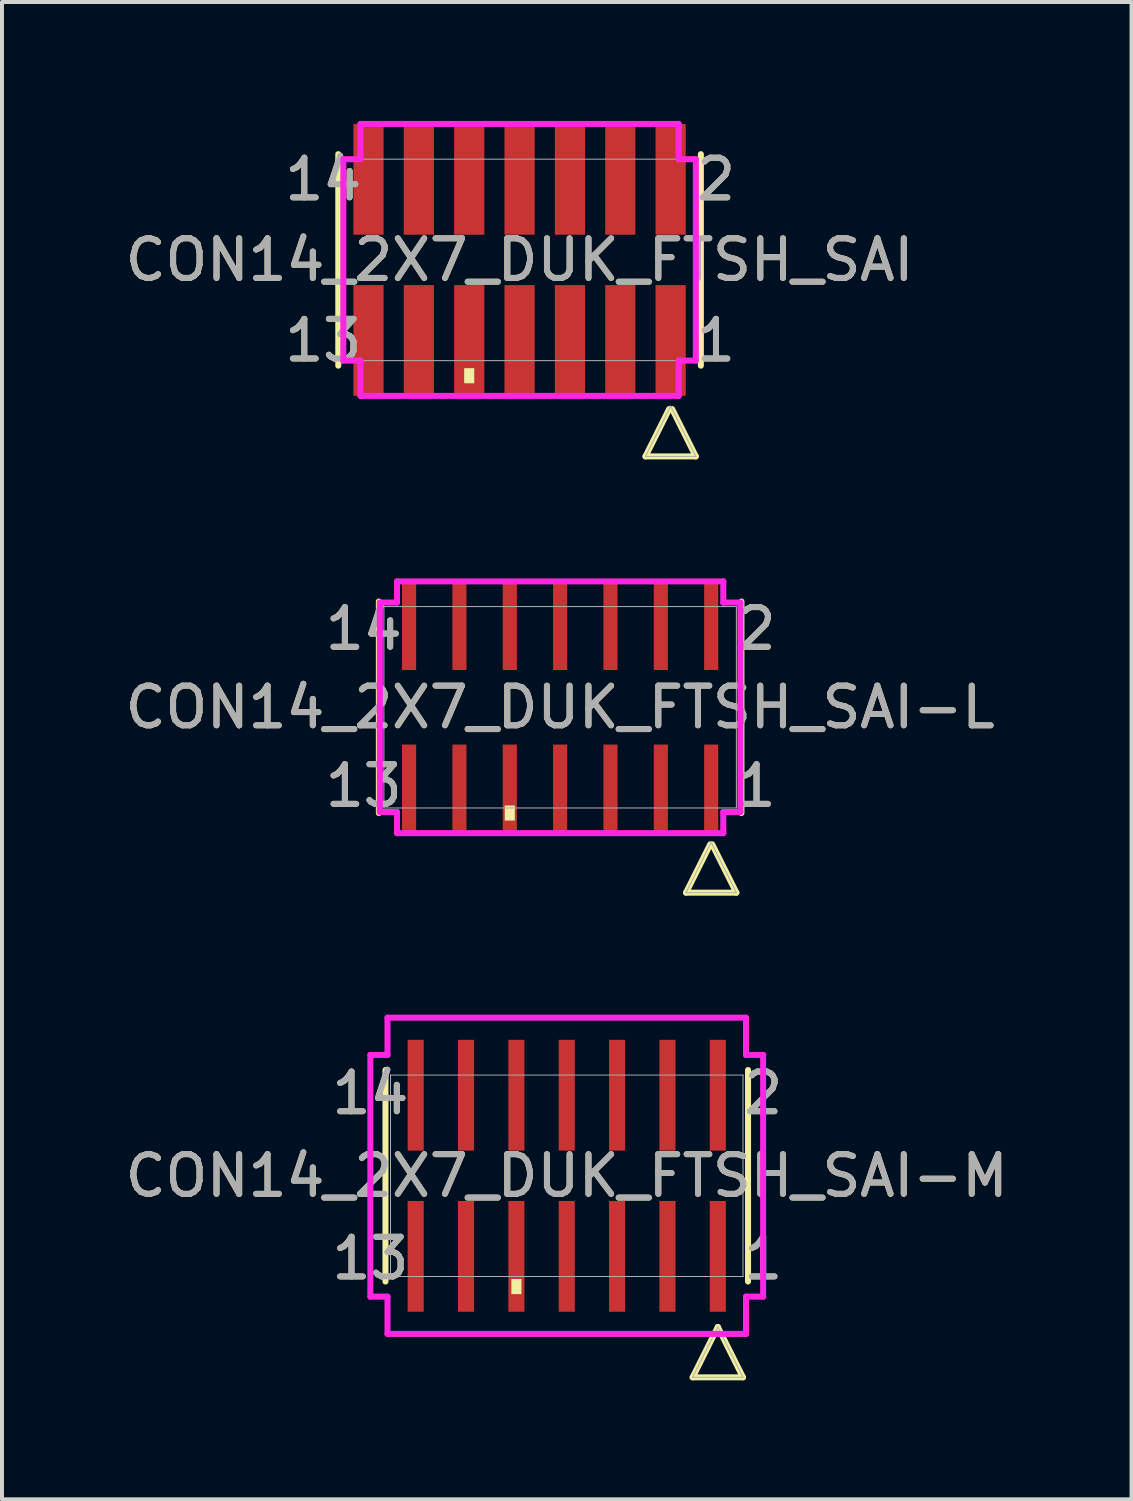
<source format=kicad_pcb>
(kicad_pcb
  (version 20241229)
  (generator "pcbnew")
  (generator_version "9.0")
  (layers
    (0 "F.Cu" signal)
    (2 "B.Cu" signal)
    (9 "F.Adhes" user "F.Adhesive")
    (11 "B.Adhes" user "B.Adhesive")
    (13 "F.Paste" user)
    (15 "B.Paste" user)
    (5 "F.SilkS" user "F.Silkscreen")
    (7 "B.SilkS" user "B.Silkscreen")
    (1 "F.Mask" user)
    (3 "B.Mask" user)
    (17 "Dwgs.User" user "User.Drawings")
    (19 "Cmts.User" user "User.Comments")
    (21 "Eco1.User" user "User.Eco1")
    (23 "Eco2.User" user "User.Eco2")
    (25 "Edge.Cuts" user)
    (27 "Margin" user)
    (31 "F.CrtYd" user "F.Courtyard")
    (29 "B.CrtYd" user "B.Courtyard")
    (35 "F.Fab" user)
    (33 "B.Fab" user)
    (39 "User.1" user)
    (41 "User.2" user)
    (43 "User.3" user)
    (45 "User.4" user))
  (footprint "CON14_2X7_DUK_FTSH_SAI"
    (layer "F.Cu")
    (at 10.054 3.505)
    (property "Reference" "CON14_2X7_DUK_FTSH_SAI" (at 0 0 0) (unlocked yes) (layer "F.SilkS") (effects (font (size 1 1) (thickness 0.15))))
    (attr smd)
    (fp_line (start -4.572 -2.667) (end -4.572 2.667) (stroke (width 0.152) (type solid)) (layer "F.SilkS"))
    (fp_line (start 3.175 4.956) (end 4.445 4.956) (stroke (width 0.152) (type solid)) (layer "F.SilkS"))
    (fp_line (start 3.772 3.762) (end 3.175 4.956) (stroke (width 0.152) (type solid)) (layer "F.SilkS"))
    (fp_line (start 4.445 4.956) (end 3.848 3.762) (stroke (width 0.152) (type solid)) (layer "F.SilkS"))
    (fp_line (start 4.572 2.667) (end 4.572 -2.667) (stroke (width 0.152) (type solid)) (layer "F.SilkS"))
    (fp_poly (pts (xy -1.397 2.731) (xy -1.397 3.111) (xy -1.143 3.111) (xy -1.143 2.731)) (stroke (width 0) (type solid)) (fill yes) (layer "F.SilkS"))
    (fp_line (start -4.445 -2.54) (end -4.013 -2.54) (stroke (width 0.152) (type solid)) (layer "F.CrtYd"))
    (fp_line (start -4.445 2.54) (end -4.445 -2.54) (stroke (width 0.152) (type solid)) (layer "F.CrtYd"))
    (fp_line (start -4.013 -2.54) (end -4.013 -3.429) (stroke (width 0.152) (type solid)) (layer "F.CrtYd"))
    (fp_line (start -4.013 2.54) (end -4.445 2.54) (stroke (width 0.152) (type solid)) (layer "F.CrtYd"))
    (fp_line (start -4.013 3.429) (end -4.013 2.54) (stroke (width 0.152) (type solid)) (layer "F.CrtYd"))
    (fp_line (start -4.013 3.429) (end 4.013 3.429) (stroke (width 0.152) (type solid)) (layer "F.CrtYd"))
    (fp_line (start 4.013 -3.429) (end -4.013 -3.429) (stroke (width 0.152) (type solid)) (layer "F.CrtYd"))
    (fp_line (start 4.013 -3.429) (end 4.013 -2.54) (stroke (width 0.152) (type solid)) (layer "F.CrtYd"))
    (fp_line (start 4.013 -2.54) (end 4.445 -2.54) (stroke (width 0.152) (type solid)) (layer "F.CrtYd"))
    (fp_line (start 4.013 2.54) (end 4.013 3.429) (stroke (width 0.152) (type solid)) (layer "F.CrtYd"))
    (fp_line (start 4.445 -2.54) (end 4.445 2.54) (stroke (width 0.152) (type solid)) (layer "F.CrtYd"))
    (fp_line (start 4.445 2.54) (end 4.013 2.54) (stroke (width 0.152) (type solid)) (layer "F.CrtYd"))
    (fp_line (start -4.445 -2.54) (end -4.445 2.54) (stroke (width 0.025) (type solid)) (layer "F.Fab"))
    (fp_line (start -4.445 2.54) (end 4.445 2.54) (stroke (width 0.025) (type solid)) (layer "F.Fab"))
    (fp_line (start 3.175 4.956) (end 4.445 4.956) (stroke (width 0.025) (type solid)) (layer "F.Fab"))
    (fp_line (start 3.81 3.686) (end 3.175 4.956) (stroke (width 0.025) (type solid)) (layer "F.Fab"))
    (fp_line (start 4.445 -2.54) (end -4.445 -2.54) (stroke (width 0.025) (type solid)) (layer "F.Fab"))
    (fp_line (start 4.445 2.54) (end 4.445 -2.54) (stroke (width 0.025) (type solid)) (layer "F.Fab"))
    (fp_line (start 4.445 4.956) (end 3.81 3.686) (stroke (width 0.025) (type solid)) (layer "F.Fab"))
    (fp_text user "14" (at -4.953 -2.032 0) (unlocked yes) (layer "F.SilkS") (effects (font (size 1 1) (thickness 0.15))))
    (fp_text user "1" (at 4.953 2.032 0) (unlocked yes) (layer "F.SilkS") (effects (font (size 1 1) (thickness 0.15))))
    (fp_text user "13" (at -4.953 2.032 0) (unlocked yes) (layer "F.SilkS") (effects (font (size 1 1) (thickness 0.15))))
    (fp_text user "2" (at 4.953 -2.032 0) (unlocked yes) (layer "F.SilkS") (effects (font (size 1 1) (thickness 0.15))))
    (fp_text user "${REFERENCE}" (at 0 0 0) (unlocked yes) (layer "F.Fab") (effects (font (size 1 1) (thickness 0.15))))
    (fp_text user "13" (at -4.953 2.032 0) (unlocked yes) (layer "F.Fab") (effects (font (size 1 1) (thickness 0.15))))
    (fp_text user "14" (at -4.953 -2.032 0) (unlocked yes) (layer "F.Fab") (effects (font (size 1 1) (thickness 0.15))))
    (fp_text user "2" (at 4.953 -2.032 0) (unlocked yes) (layer "F.Fab") (effects (font (size 1 1) (thickness 0.15))))
    (fp_text user "1" (at 4.953 2.032 0) (unlocked yes) (layer "F.Fab") (effects (font (size 1 1) (thickness 0.15))))
    (pad "1" smd rect (at 3.81 2.032) (size 0.762 2.794) (layers "F.Cu" "F.Mask" "F.Paste"))
    (pad "2" smd rect (at 3.81 -2.032) (size 0.762 2.794) (layers "F.Cu" "F.Mask" "F.Paste"))
    (pad "3" smd rect (at 2.54 2.032) (size 0.762 2.794) (layers "F.Cu" "F.Mask" "F.Paste"))
    (pad "4" smd rect (at 2.54 -2.032) (size 0.762 2.794) (layers "F.Cu" "F.Mask" "F.Paste"))
    (pad "5" smd rect (at 1.27 2.032) (size 0.762 2.794) (layers "F.Cu" "F.Mask" "F.Paste"))
    (pad "6" smd rect (at 1.27 -2.032) (size 0.762 2.794) (layers "F.Cu" "F.Mask" "F.Paste"))
    (pad "7" smd rect (at 0 2.032) (size 0.762 2.794) (layers "F.Cu" "F.Mask" "F.Paste"))
    (pad "8" smd rect (at 0 -2.032) (size 0.762 2.794) (layers "F.Cu" "F.Mask" "F.Paste"))
    (pad "9" smd rect (at -1.27 2.032) (size 0.762 2.794) (layers "F.Cu" "F.Mask" "F.Paste"))
    (pad "10" smd rect (at -1.27 -2.032) (size 0.762 2.794) (layers "F.Cu" "F.Mask" "F.Paste"))
    (pad "11" smd rect (at -2.54 2.032) (size 0.762 2.794) (layers "F.Cu" "F.Mask" "F.Paste"))
    (pad "12" smd rect (at -2.54 -2.032) (size 0.762 2.794) (layers "F.Cu" "F.Mask" "F.Paste"))
    (pad "13" smd rect (at -3.81 2.032) (size 0.762 2.794) (layers "F.Cu" "F.Mask" "F.Paste"))
    (pad "14" smd rect (at -3.81 -2.032) (size 0.762 2.794) (layers "F.Cu" "F.Mask" "F.Paste")))
  (footprint "CON14_2X7_DUK_FTSH_SAI-L"
    (layer "F.Cu")
    (at 11.077 14.788)
    (property "Reference" "CON14_2X7_DUK_FTSH_SAI-L" (at 0 0 0) (unlocked yes) (layer "F.SilkS") (effects (font (size 1 1) (thickness 0.15))))
    (attr smd)
    (fp_line (start -4.572 -2.667) (end -4.572 2.667) (stroke (width 0.152) (type solid)) (layer "F.SilkS"))
    (fp_line (start 3.175 4.676) (end 4.445 4.676) (stroke (width 0.152) (type solid)) (layer "F.SilkS"))
    (fp_line (start 3.785 3.457) (end 3.175 4.676) (stroke (width 0.152) (type solid)) (layer "F.SilkS"))
    (fp_line (start 4.445 4.676) (end 3.835 3.457) (stroke (width 0.152) (type solid)) (layer "F.SilkS"))
    (fp_line (start 4.572 2.667) (end 4.572 -2.667) (stroke (width 0.152) (type solid)) (layer "F.SilkS"))
    (fp_poly (pts (xy -1.397 2.477) (xy -1.397 2.857) (xy -1.143 2.857) (xy -1.143 2.477)) (stroke (width 0) (type solid)) (fill yes) (layer "F.SilkS"))
    (fp_line (start -4.547 -2.642) (end -4.115 -2.642) (stroke (width 0.152) (type solid)) (layer "F.CrtYd"))
    (fp_line (start -4.547 2.642) (end -4.547 -2.642) (stroke (width 0.152) (type solid)) (layer "F.CrtYd"))
    (fp_line (start -4.115 -2.642) (end -4.115 -3.175) (stroke (width 0.152) (type solid)) (layer "F.CrtYd"))
    (fp_line (start -4.115 2.642) (end -4.547 2.642) (stroke (width 0.152) (type solid)) (layer "F.CrtYd"))
    (fp_line (start -4.115 3.175) (end -4.115 2.642) (stroke (width 0.152) (type solid)) (layer "F.CrtYd"))
    (fp_line (start -4.115 3.175) (end 4.115 3.175) (stroke (width 0.152) (type solid)) (layer "F.CrtYd"))
    (fp_line (start 4.115 -3.175) (end -4.115 -3.175) (stroke (width 0.152) (type solid)) (layer "F.CrtYd"))
    (fp_line (start 4.115 -3.175) (end 4.115 -2.642) (stroke (width 0.152) (type solid)) (layer "F.CrtYd"))
    (fp_line (start 4.115 -2.642) (end 4.547 -2.642) (stroke (width 0.152) (type solid)) (layer "F.CrtYd"))
    (fp_line (start 4.115 2.642) (end 4.115 3.175) (stroke (width 0.152) (type solid)) (layer "F.CrtYd"))
    (fp_line (start 4.547 -2.642) (end 4.547 2.642) (stroke (width 0.152) (type solid)) (layer "F.CrtYd"))
    (fp_line (start 4.547 2.642) (end 4.115 2.642) (stroke (width 0.152) (type solid)) (layer "F.CrtYd"))
    (fp_line (start -4.445 -2.54) (end -4.445 2.54) (stroke (width 0.025) (type solid)) (layer "F.Fab"))
    (fp_line (start -4.445 2.54) (end 4.445 2.54) (stroke (width 0.025) (type solid)) (layer "F.Fab"))
    (fp_line (start 3.175 4.676) (end 4.445 4.676) (stroke (width 0.025) (type solid)) (layer "F.Fab"))
    (fp_line (start 3.81 3.406) (end 3.175 4.676) (stroke (width 0.025) (type solid)) (layer "F.Fab"))
    (fp_line (start 4.445 -2.54) (end -4.445 -2.54) (stroke (width 0.025) (type solid)) (layer "F.Fab"))
    (fp_line (start 4.445 2.54) (end 4.445 -2.54) (stroke (width 0.025) (type solid)) (layer "F.Fab"))
    (fp_line (start 4.445 4.676) (end 3.81 3.406) (stroke (width 0.025) (type solid)) (layer "F.Fab"))
    (fp_text user "2" (at 4.953 -1.981 0) (unlocked yes) (layer "F.SilkS") (effects (font (size 1 1) (thickness 0.15))))
    (fp_text user "13" (at -4.953 1.981 0) (unlocked yes) (layer "F.SilkS") (effects (font (size 1 1) (thickness 0.15))))
    (fp_text user "1" (at 4.953 1.981 0) (unlocked yes) (layer "F.SilkS") (effects (font (size 1 1) (thickness 0.15))))
    (fp_text user "14" (at -4.953 -1.981 0) (unlocked yes) (layer "F.SilkS") (effects (font (size 1 1) (thickness 0.15))))
    (fp_text user "13" (at -4.953 1.981 0) (unlocked yes) (layer "F.Fab") (effects (font (size 1 1) (thickness 0.15))))
    (fp_text user "${REFERENCE}" (at 0 0 0) (unlocked yes) (layer "F.Fab") (effects (font (size 1 1) (thickness 0.15))))
    (fp_text user "1" (at 4.953 1.981 0) (unlocked yes) (layer "F.Fab") (effects (font (size 1 1) (thickness 0.15))))
    (fp_text user "14" (at -4.953 -1.981 0) (unlocked yes) (layer "F.Fab") (effects (font (size 1 1) (thickness 0.15))))
    (fp_text user "2" (at 4.953 -1.981 0) (unlocked yes) (layer "F.Fab") (effects (font (size 1 1) (thickness 0.15))))
    (pad "1" smd rect (at 3.81 2.032) (size 0.356 2.184) (layers "F.Cu" "F.Mask" "F.Paste"))
    (pad "2" smd rect (at 3.81 -2.032) (size 0.356 2.184) (layers "F.Cu" "F.Mask" "F.Paste"))
    (pad "3" smd rect (at 2.54 2.032) (size 0.356 2.184) (layers "F.Cu" "F.Mask" "F.Paste"))
    (pad "4" smd rect (at 2.54 -2.032) (size 0.356 2.184) (layers "F.Cu" "F.Mask" "F.Paste"))
    (pad "5" smd rect (at 1.27 2.032) (size 0.356 2.184) (layers "F.Cu" "F.Mask" "F.Paste"))
    (pad "6" smd rect (at 1.27 -2.032) (size 0.356 2.184) (layers "F.Cu" "F.Mask" "F.Paste"))
    (pad "7" smd rect (at 0 2.032) (size 0.356 2.184) (layers "F.Cu" "F.Mask" "F.Paste"))
    (pad "8" smd rect (at 0 -2.032) (size 0.356 2.184) (layers "F.Cu" "F.Mask" "F.Paste"))
    (pad "9" smd rect (at -1.27 2.032) (size 0.356 2.184) (layers "F.Cu" "F.Mask" "F.Paste"))
    (pad "10" smd rect (at -1.27 -2.032) (size 0.356 2.184) (layers "F.Cu" "F.Mask" "F.Paste"))
    (pad "11" smd rect (at -2.54 2.032) (size 0.356 2.184) (layers "F.Cu" "F.Mask" "F.Paste"))
    (pad "12" smd rect (at -2.54 -2.032) (size 0.356 2.184) (layers "F.Cu" "F.Mask" "F.Paste"))
    (pad "13" smd rect (at -3.81 2.032) (size 0.356 2.184) (layers "F.Cu" "F.Mask" "F.Paste"))
    (pad "14" smd rect (at -3.81 -2.032) (size 0.356 2.184) (layers "F.Cu" "F.Mask" "F.Paste")))
  (footprint "CON14_2X7_DUK_FTSH_SAI-M"
    (layer "F.Cu")
    (at 11.244 26.604)
    (property "Reference" "CON14_2X7_DUK_FTSH_SAI-M" (at 0 0 0) (unlocked yes) (layer "F.SilkS") (effects (font (size 1 1) (thickness 0.15))))
    (attr smd)
    (fp_line (start -4.572 -2.667) (end -4.572 2.667) (stroke (width 0.152) (type solid)) (layer "F.SilkS"))
    (fp_line (start 3.175 5.083) (end 4.445 5.083) (stroke (width 0.152) (type solid)) (layer "F.SilkS"))
    (fp_line (start 3.81 3.813) (end 3.175 5.083) (stroke (width 0.152) (type solid)) (layer "F.SilkS"))
    (fp_line (start 4.445 5.083) (end 3.81 3.813) (stroke (width 0.152) (type solid)) (layer "F.SilkS"))
    (fp_line (start 4.572 2.667) (end 4.572 -2.667) (stroke (width 0.152) (type solid)) (layer "F.SilkS"))
    (fp_poly (pts (xy -1.397 2.603) (xy -1.397 2.985) (xy -1.143 2.985) (xy -1.143 2.603)) (stroke (width 0) (type solid)) (fill yes) (layer "F.SilkS"))
    (fp_line (start -4.953 -3.048) (end -4.521 -3.048) (stroke (width 0.152) (type solid)) (layer "F.CrtYd"))
    (fp_line (start -4.953 3.048) (end -4.953 -3.048) (stroke (width 0.152) (type solid)) (layer "F.CrtYd"))
    (fp_line (start -4.521 -3.048) (end -4.521 -3.988) (stroke (width 0.152) (type solid)) (layer "F.CrtYd"))
    (fp_line (start -4.521 3.048) (end -4.953 3.048) (stroke (width 0.152) (type solid)) (layer "F.CrtYd"))
    (fp_line (start -4.521 3.988) (end -4.521 3.048) (stroke (width 0.152) (type solid)) (layer "F.CrtYd"))
    (fp_line (start -4.521 3.988) (end 4.521 3.988) (stroke (width 0.152) (type solid)) (layer "F.CrtYd"))
    (fp_line (start 4.521 -3.988) (end -4.521 -3.988) (stroke (width 0.152) (type solid)) (layer "F.CrtYd"))
    (fp_line (start 4.521 -3.988) (end 4.521 -3.048) (stroke (width 0.152) (type solid)) (layer "F.CrtYd"))
    (fp_line (start 4.521 -3.048) (end 4.953 -3.048) (stroke (width 0.152) (type solid)) (layer "F.CrtYd"))
    (fp_line (start 4.521 3.048) (end 4.521 3.988) (stroke (width 0.152) (type solid)) (layer "F.CrtYd"))
    (fp_line (start 4.953 -3.048) (end 4.953 3.048) (stroke (width 0.152) (type solid)) (layer "F.CrtYd"))
    (fp_line (start 4.953 3.048) (end 4.521 3.048) (stroke (width 0.152) (type solid)) (layer "F.CrtYd"))
    (fp_line (start -4.445 -2.54) (end -4.445 2.54) (stroke (width 0.025) (type solid)) (layer "F.Fab"))
    (fp_line (start -4.445 2.54) (end 4.445 2.54) (stroke (width 0.025) (type solid)) (layer "F.Fab"))
    (fp_line (start 3.175 5.083) (end 4.445 5.083) (stroke (width 0.025) (type solid)) (layer "F.Fab"))
    (fp_line (start 3.81 3.813) (end 3.175 5.083) (stroke (width 0.025) (type solid)) (layer "F.Fab"))
    (fp_line (start 4.445 -2.54) (end -4.445 -2.54) (stroke (width 0.025) (type solid)) (layer "F.Fab"))
    (fp_line (start 4.445 2.54) (end 4.445 -2.54) (stroke (width 0.025) (type solid)) (layer "F.Fab"))
    (fp_line (start 4.445 5.083) (end 3.81 3.813) (stroke (width 0.025) (type solid)) (layer "F.Fab"))
    (fp_text user "13" (at -4.953 2.083 0) (unlocked yes) (layer "F.SilkS") (effects (font (size 1 1) (thickness 0.15))))
    (fp_text user "1" (at 4.953 2.083 0) (unlocked yes) (layer "F.SilkS") (effects (font (size 1 1) (thickness 0.15))))
    (fp_text user "14" (at -4.953 -2.083 0) (unlocked yes) (layer "F.SilkS") (effects (font (size 1 1) (thickness 0.15))))
    (fp_text user "2" (at 4.953 -2.083 0) (unlocked yes) (layer "F.SilkS") (effects (font (size 1 1) (thickness 0.15))))
    (fp_text user "${REFERENCE}" (at 0 0 0) (unlocked yes) (layer "F.Fab") (effects (font (size 1 1) (thickness 0.15))))
    (fp_text user "13" (at -4.953 2.083 0) (unlocked yes) (layer "F.Fab") (effects (font (size 1 1) (thickness 0.15))))
    (fp_text user "2" (at 4.953 -2.083 0) (unlocked yes) (layer "F.Fab") (effects (font (size 1 1) (thickness 0.15))))
    (fp_text user "1" (at 4.953 2.083 0) (unlocked yes) (layer "F.Fab") (effects (font (size 1 1) (thickness 0.15))))
    (fp_text user "14" (at -4.953 -2.083 0) (unlocked yes) (layer "F.Fab") (effects (font (size 1 1) (thickness 0.15))))
    (pad "1" smd rect (at 3.81 2.032) (size 0.406 2.794) (layers "F.Cu" "F.Mask" "F.Paste"))
    (pad "2" smd rect (at 3.81 -2.032) (size 0.406 2.794) (layers "F.Cu" "F.Mask" "F.Paste"))
    (pad "3" smd rect (at 2.54 2.032) (size 0.406 2.794) (layers "F.Cu" "F.Mask" "F.Paste"))
    (pad "4" smd rect (at 2.54 -2.032) (size 0.406 2.794) (layers "F.Cu" "F.Mask" "F.Paste"))
    (pad "5" smd rect (at 1.27 2.032) (size 0.406 2.794) (layers "F.Cu" "F.Mask" "F.Paste"))
    (pad "6" smd rect (at 1.27 -2.032) (size 0.406 2.794) (layers "F.Cu" "F.Mask" "F.Paste"))
    (pad "7" smd rect (at 0 2.032) (size 0.406 2.794) (layers "F.Cu" "F.Mask" "F.Paste"))
    (pad "8" smd rect (at 0 -2.032) (size 0.406 2.794) (layers "F.Cu" "F.Mask" "F.Paste"))
    (pad "9" smd rect (at -1.27 2.032) (size 0.406 2.794) (layers "F.Cu" "F.Mask" "F.Paste"))
    (pad "10" smd rect (at -1.27 -2.032) (size 0.406 2.794) (layers "F.Cu" "F.Mask" "F.Paste"))
    (pad "11" smd rect (at -2.54 2.032) (size 0.406 2.794) (layers "F.Cu" "F.Mask" "F.Paste"))
    (pad "12" smd rect (at -2.54 -2.032) (size 0.406 2.794) (layers "F.Cu" "F.Mask" "F.Paste"))
    (pad "13" smd rect (at -3.81 2.032) (size 0.406 2.794) (layers "F.Cu" "F.Mask" "F.Paste"))
    (pad "14" smd rect (at -3.81 -2.032) (size 0.406 2.794) (layers "F.Cu" "F.Mask" "F.Paste")))
  (gr_rect
    (start -3 -3)
    (end 25.488 34.763)
    (stroke (width 0.1) (type default))
    (fill no)
    (layer "Edge.Cuts")))
</source>
